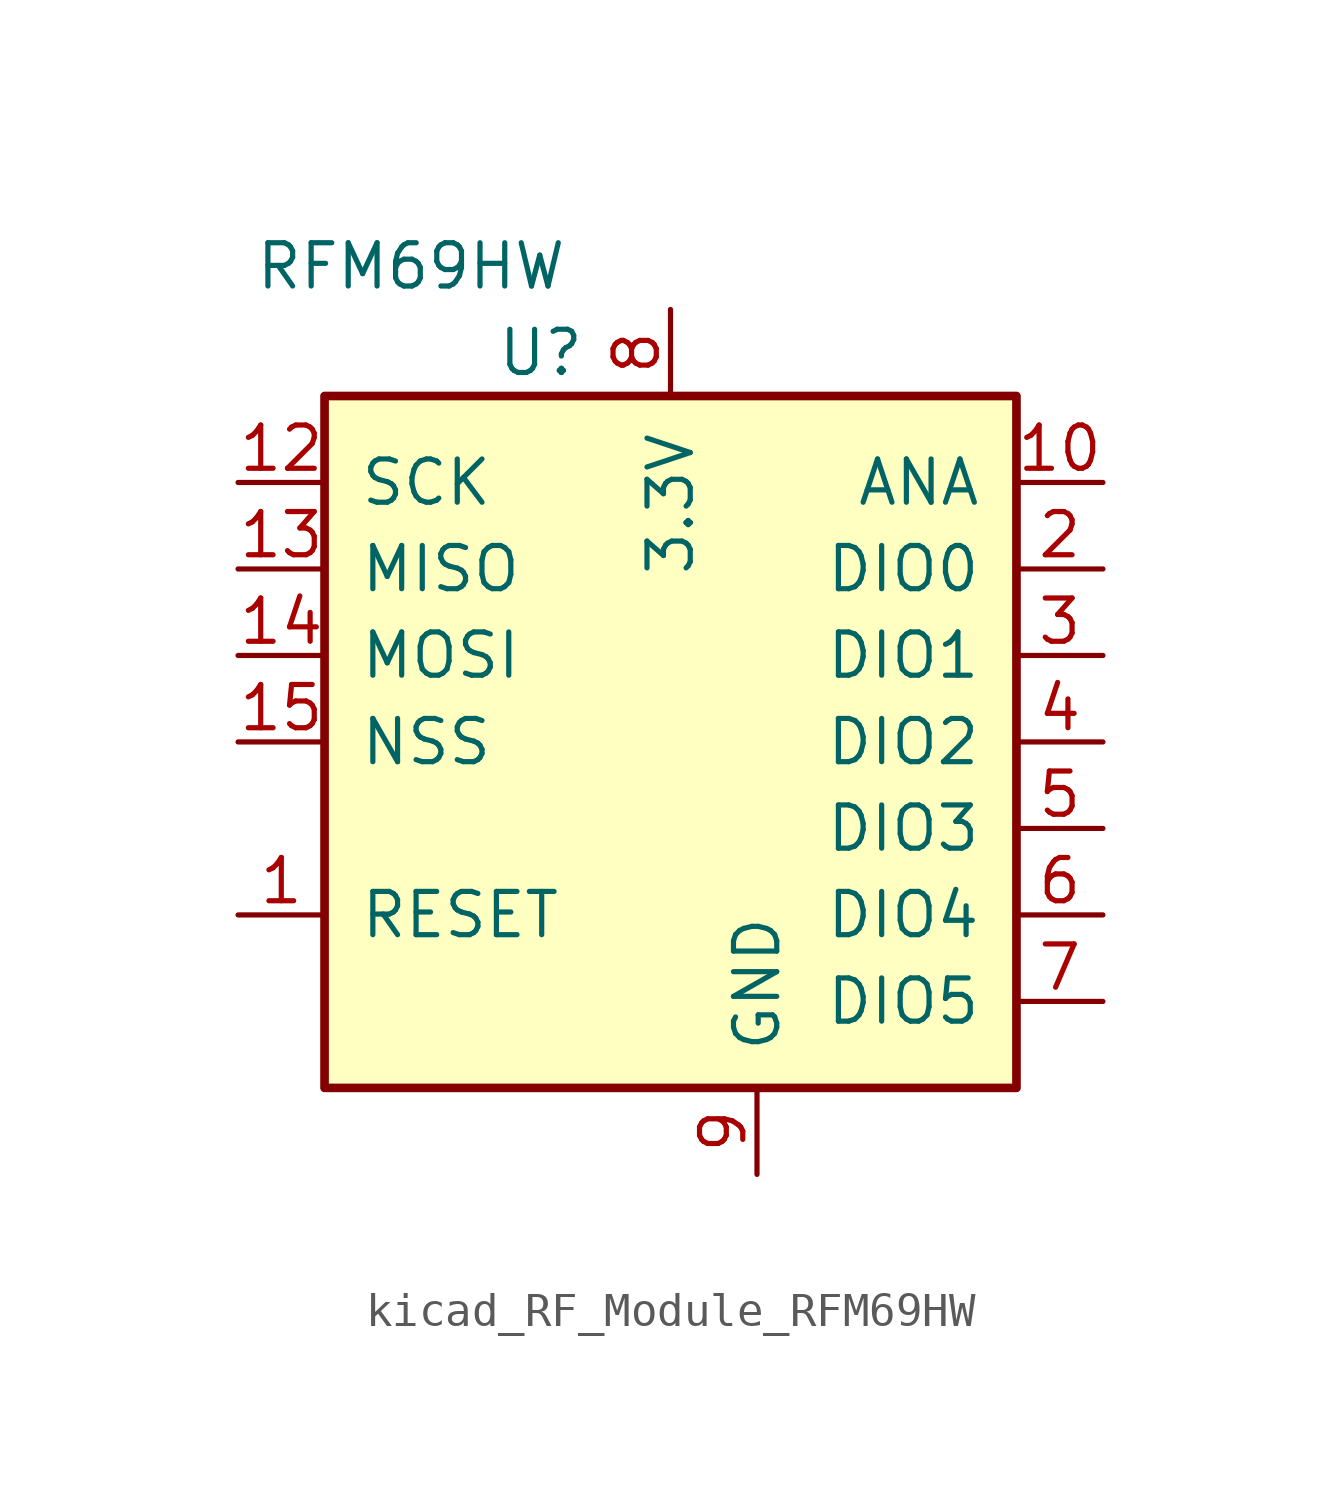
<source format=kicad_sym>
(kicad_symbol_lib
  (version 20220914)
  (generator kicad_symbol_editor)
  (symbol "kicad_RF_Module_RFM69HW"
    (pin_names
      (offset 1.016))
    (property "Reference" "U"
      (at -3.81 11.43 0)
      (effects (font (size 1.27 1.27))))
    (property "Value" "RFM69HW"
      (at -7.62 13.97 0)
      (effects (font (size 1.27 1.27))))
    (symbol "kicad_RF_Module_RFM69HW_0_1"
      (rectangle (start -10.16 10.16) (end 10.16 -10.16) (stroke (width 0.254) (type default)) (fill (type background))))
    (symbol "kicad_RF_Module_RFM69HW_1_1"
      (pin input line (at -12.7 -5.08 0) (length 2.54) (name "RESET" (effects (font (size 1.27 1.27)))) (number "1" (effects (font (size 1.27 1.27)))))
      (pin output line (at 12.7 7.62 180) (length 2.54) (name "ANA" (effects (font (size 1.27 1.27)))) (number "10" (effects (font (size 1.27 1.27)))))
      (pin passive line (at 2.54 -12.7 90) (length 2.54) hide (name "GND" (effects (font (size 1.27 1.27)))) (number "11" (effects (font (size 1.27 1.27)))))
      (pin input line (at -12.7 7.62 0) (length 2.54) (name "SCK" (effects (font (size 1.27 1.27)))) (number "12" (effects (font (size 1.27 1.27)))))
      (pin output line (at -12.7 5.08 0) (length 2.54) (name "MISO" (effects (font (size 1.27 1.27)))) (number "13" (effects (font (size 1.27 1.27)))))
      (pin input line (at -12.7 2.54 0) (length 2.54) (name "MOSI" (effects (font (size 1.27 1.27)))) (number "14" (effects (font (size 1.27 1.27)))))
      (pin input line (at -12.7 0 0) (length 2.54) (name "NSS" (effects (font (size 1.27 1.27)))) (number "15" (effects (font (size 1.27 1.27)))))
      (pin no_connect line (at -2.54 -10.16 90) (length 2.54) hide (name "NC" (effects (font (size 1.27 1.27)))) (number "16" (effects (font (size 1.27 1.27)))))
      (pin bidirectional line (at 12.7 5.08 180) (length 2.54) (name "DIO0" (effects (font (size 1.27 1.27)))) (number "2" (effects (font (size 1.27 1.27)))))
      (pin bidirectional line (at 12.7 2.54 180) (length 2.54) (name "DIO1" (effects (font (size 1.27 1.27)))) (number "3" (effects (font (size 1.27 1.27)))))
      (pin bidirectional line (at 12.7 0 180) (length 2.54) (name "DIO2" (effects (font (size 1.27 1.27)))) (number "4" (effects (font (size 1.27 1.27)))))
      (pin bidirectional line (at 12.7 -2.54 180) (length 2.54) (name "DIO3" (effects (font (size 1.27 1.27)))) (number "5" (effects (font (size 1.27 1.27)))))
      (pin bidirectional line (at 12.7 -5.08 180) (length 2.54) (name "DIO4" (effects (font (size 1.27 1.27)))) (number "6" (effects (font (size 1.27 1.27)))))
      (pin bidirectional line (at 12.7 -7.62 180) (length 2.54) (name "DIO5" (effects (font (size 1.27 1.27)))) (number "7" (effects (font (size 1.27 1.27)))))
      (pin power_in line (at 0 12.7 270) (length 2.54) (name "3.3V" (effects (font (size 1.27 1.27)))) (number "8" (effects (font (size 1.27 1.27)))))
      (pin power_in line (at 2.54 -12.7 90) (length 2.54) (name "GND" (effects (font (size 1.27 1.27)))) (number "9" (effects (font (size 1.27 1.27))))))))
</source>
